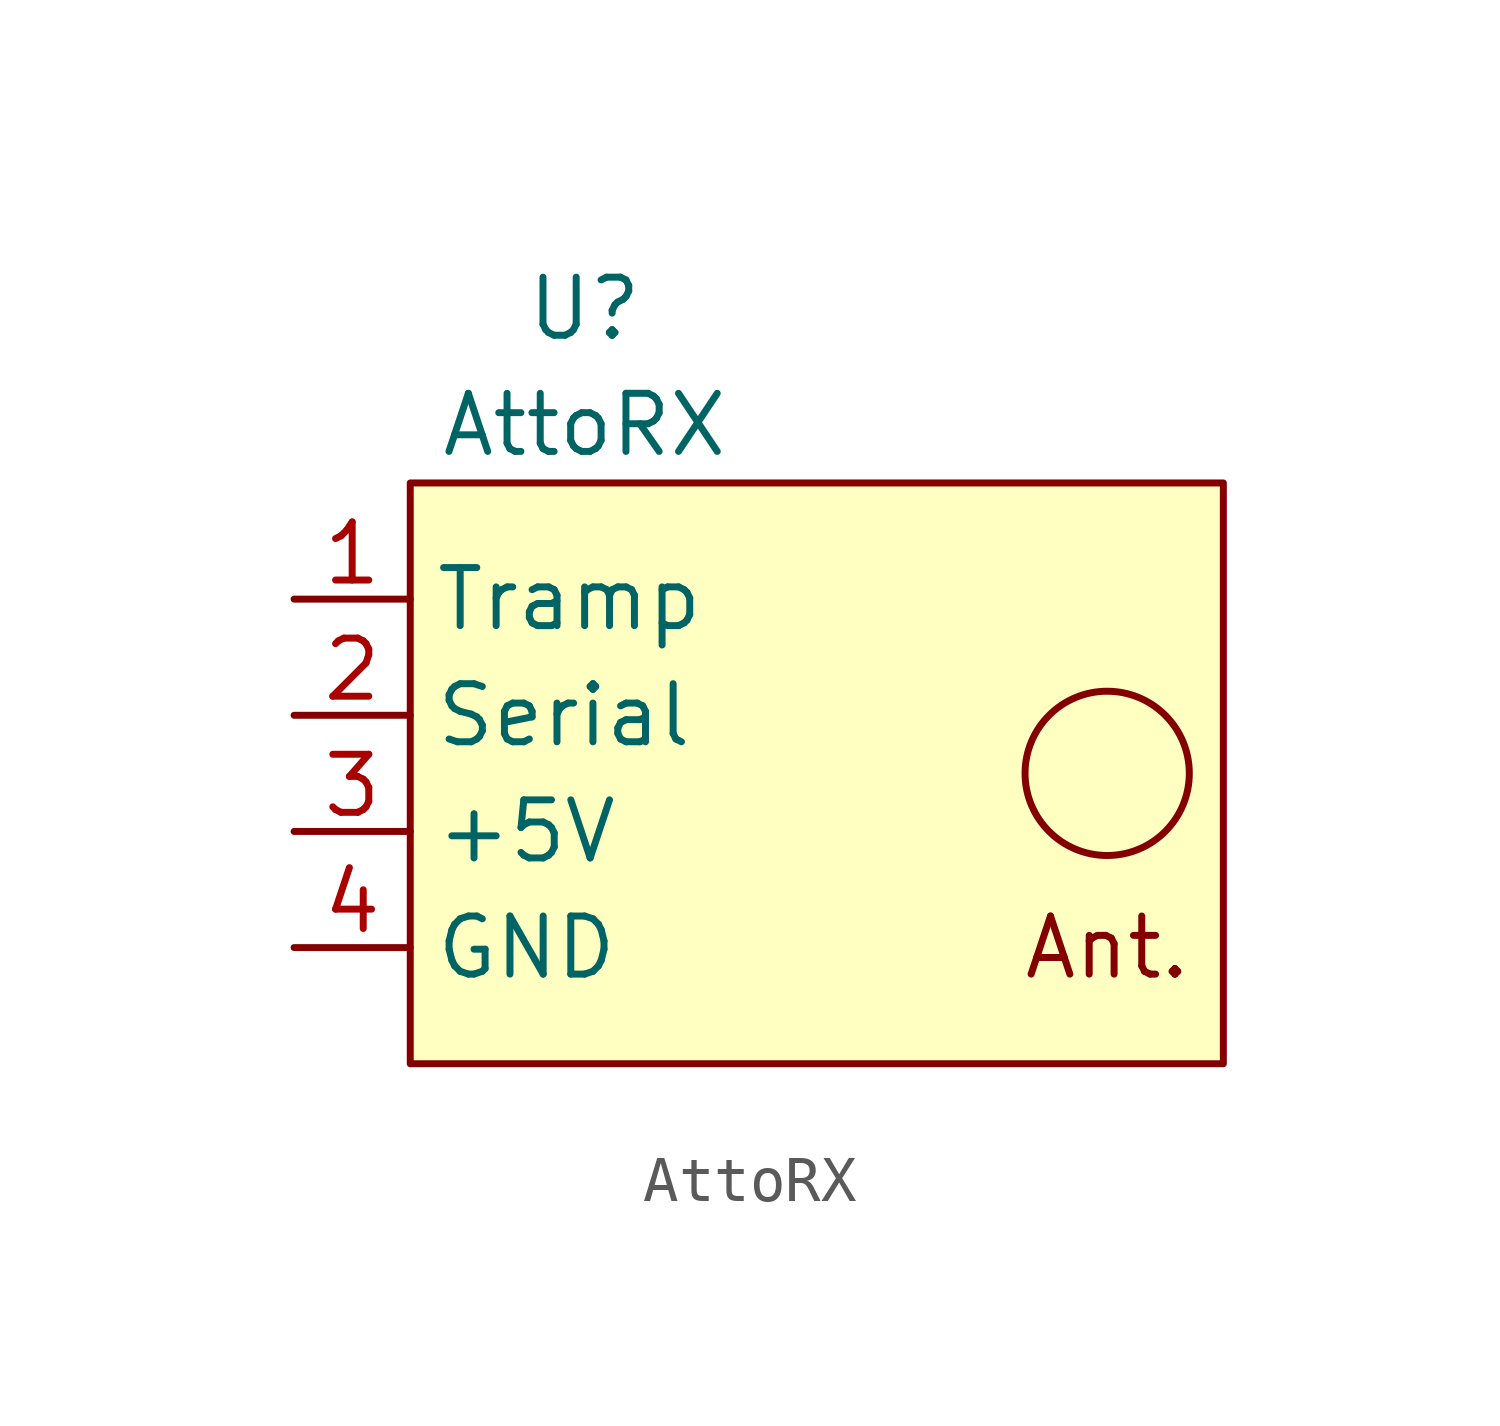
<source format=kicad_sym>
(kicad_symbol_lib
  (version 20211014)
  (generator kicad_symbol_editor)
  (symbol "AttoRX"
    (property "Reference" "U"
      (at 0 0 0)
      (effects (font (size 1.27 1.27))))
    (property "Value" "AttoRX"
      (at 0 -2.54 0)
      (effects (font (size 1.27 1.27))))
    (symbol "AttoRX_0_0"
      (text "Ant." (at 11.43 -13.97 0) (effects (font (size 1.27 1.27)))))
    (symbol "AttoRX_0_1"
      (rectangle (start -3.81 -3.81) (end 13.97 -16.51) (stroke (width 0) (type default) (color 0 0 0 0)) (fill (type background)))
      (circle (center 11.43 -10.16) (radius 1.796) (stroke (width 0) (type default) (color 0 0 0 0)) (fill (type none))))
    (symbol "AttoRX_1_1"
      (pin input line (at -6.35 -6.35 0) (length 2.54) (name "Tramp" (effects (font (size 1.27 1.27)))) (number "1" (effects (font (size 1.27 1.27)))))
      (pin input line (at -6.35 -8.89 0) (length 2.54) (name "Serial" (effects (font (size 1.27 1.27)))) (number "2" (effects (font (size 1.27 1.27)))))
      (pin input line (at -6.35 -11.43 0) (length 2.54) (name "+5V" (effects (font (size 1.27 1.27)))) (number "3" (effects (font (size 1.27 1.27)))))
      (pin input line (at -6.35 -13.97 0) (length 2.54) (name "GND" (effects (font (size 1.27 1.27)))) (number "4" (effects (font (size 1.27 1.27))))))))
</source>
